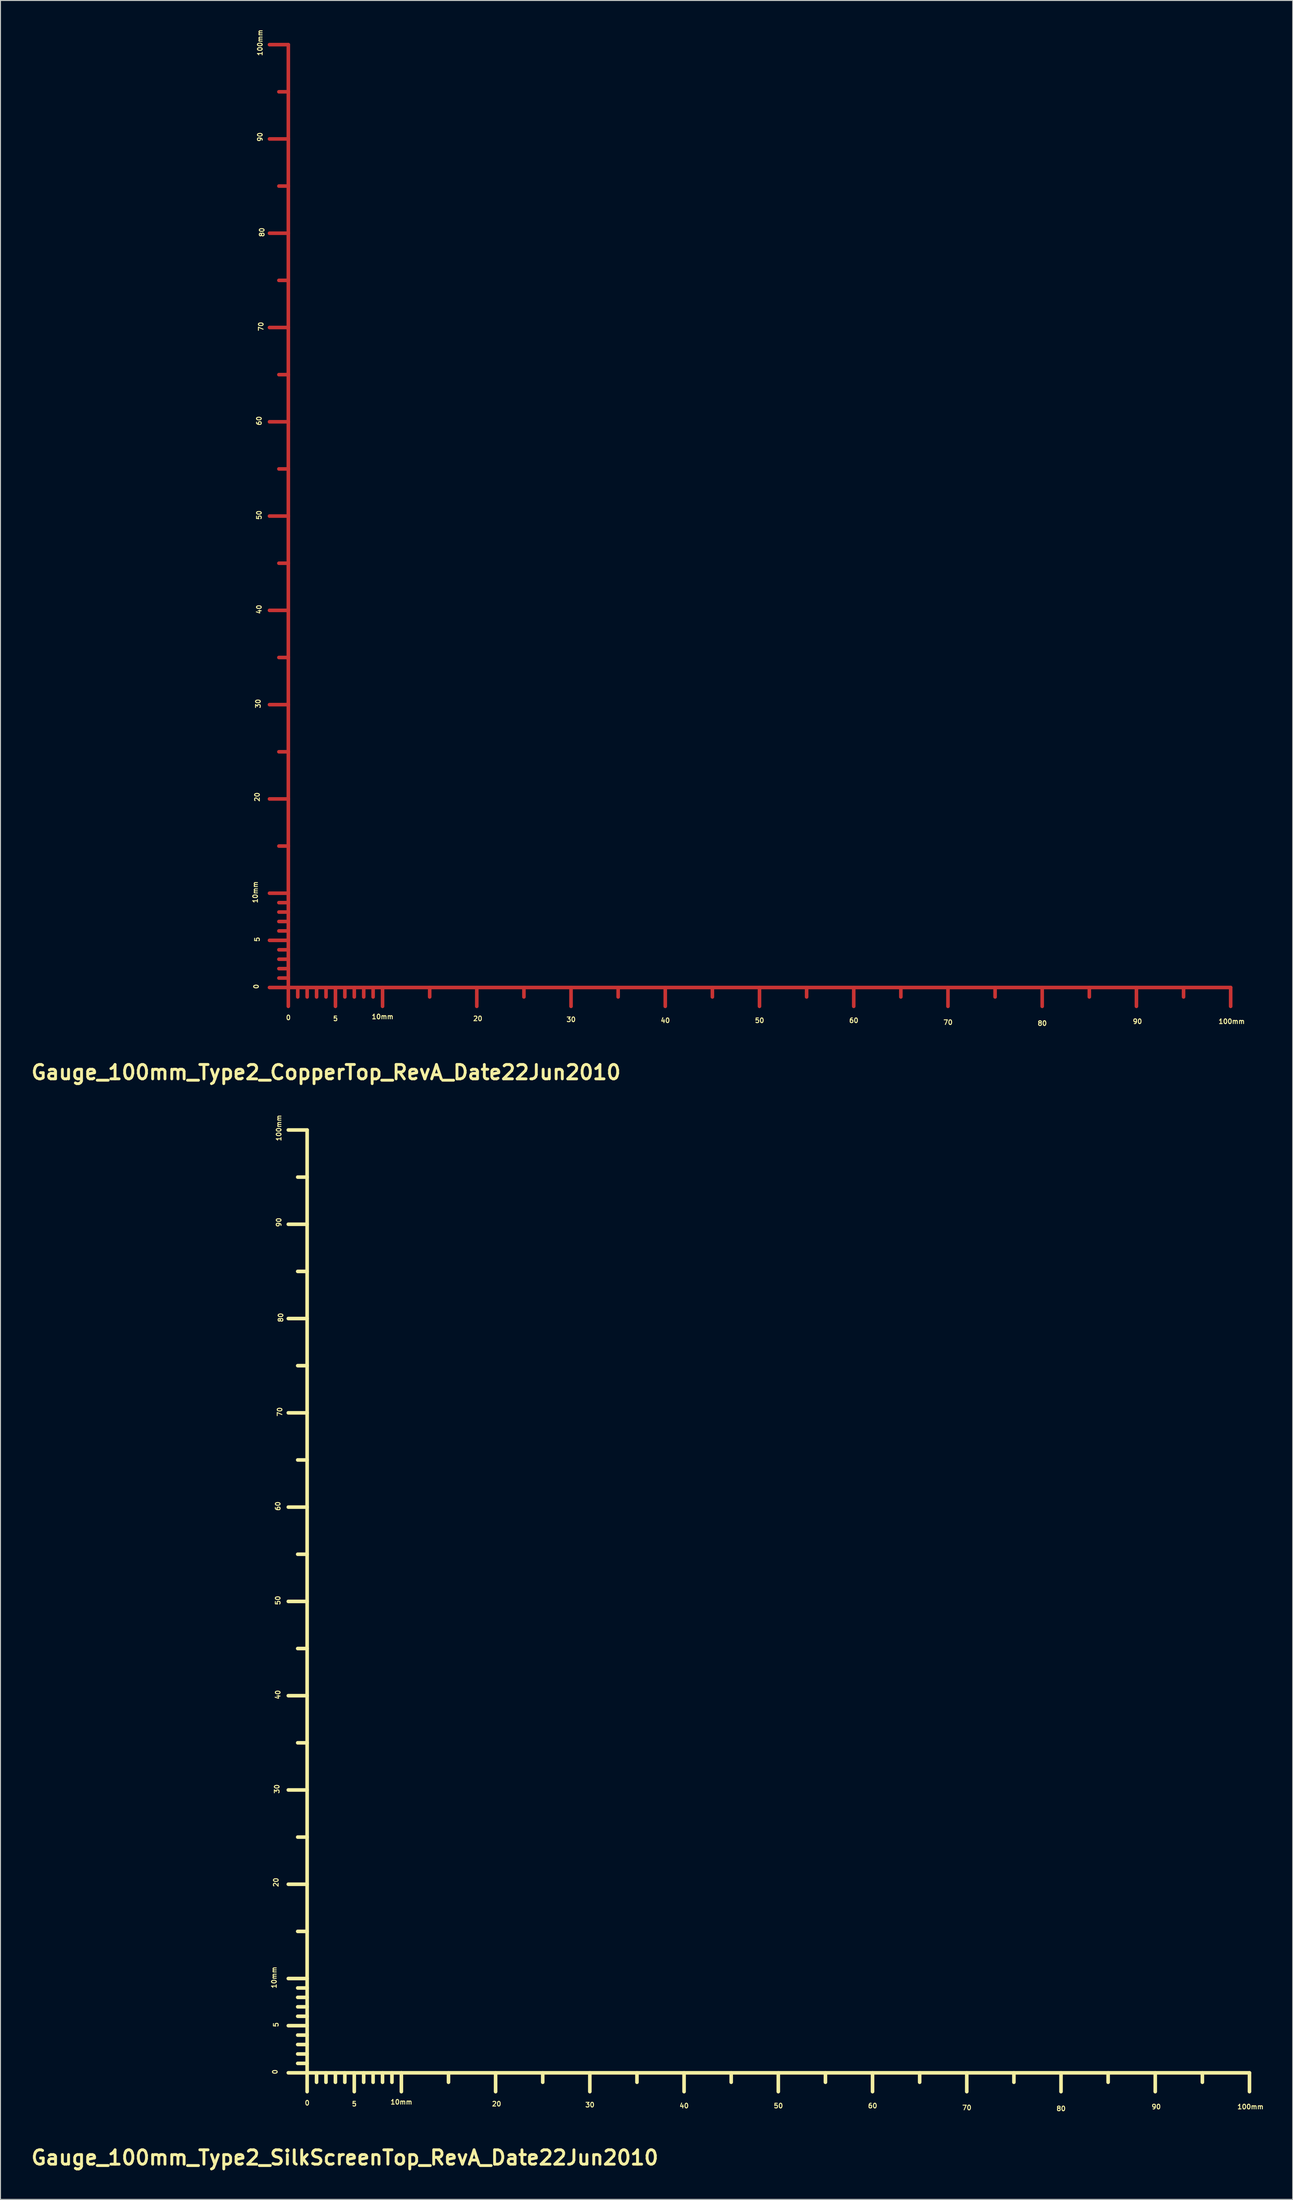
<source format=kicad_pcb>
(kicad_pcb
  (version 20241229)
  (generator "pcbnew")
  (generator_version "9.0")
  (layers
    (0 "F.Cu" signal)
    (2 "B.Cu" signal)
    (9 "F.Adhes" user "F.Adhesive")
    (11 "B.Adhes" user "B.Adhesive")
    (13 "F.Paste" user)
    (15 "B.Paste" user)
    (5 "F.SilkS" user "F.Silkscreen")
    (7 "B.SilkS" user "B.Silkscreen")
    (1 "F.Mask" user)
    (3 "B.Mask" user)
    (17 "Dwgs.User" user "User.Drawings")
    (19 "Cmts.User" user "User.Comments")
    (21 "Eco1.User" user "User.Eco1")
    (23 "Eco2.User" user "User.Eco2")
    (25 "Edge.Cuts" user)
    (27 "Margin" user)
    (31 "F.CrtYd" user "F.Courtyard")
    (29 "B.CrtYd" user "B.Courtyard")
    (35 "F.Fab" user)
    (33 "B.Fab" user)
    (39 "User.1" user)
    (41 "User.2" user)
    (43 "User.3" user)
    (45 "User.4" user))
  (footprint "Gauge_100mm_Type2_CopperTop_RevA_Date22Jun2010"
    (layer "F.Cu")
    (at 27.546 101.686)
    (property "Reference" "Gauge_100mm_Type2_CopperTop_RevA_Date22Jun2010" (at 4 8.999 0) (layer "F.SilkS") (effects (font (size 1.524 1.524) (thickness 0.305))))
    (attr through_hole)
    (fp_line (start 0 -100) (end -1.999 -100) (stroke (width 0.381) (type solid)) (layer "F.Cu"))
    (fp_line (start 0 -95.001) (end -1.001 -95.001) (stroke (width 0.381) (type solid)) (layer "F.Cu"))
    (fp_line (start 0 -90) (end -1.999 -90) (stroke (width 0.381) (type solid)) (layer "F.Cu"))
    (fp_line (start 0 -85.001) (end -1.001 -85.001) (stroke (width 0.381) (type solid)) (layer "F.Cu"))
    (fp_line (start 0 -80) (end -1.999 -80) (stroke (width 0.381) (type solid)) (layer "F.Cu"))
    (fp_line (start 0 -75.001) (end -1.001 -75.001) (stroke (width 0.381) (type solid)) (layer "F.Cu"))
    (fp_line (start 0 -70) (end -1.999 -70) (stroke (width 0.381) (type solid)) (layer "F.Cu"))
    (fp_line (start 0 -65.001) (end -1.001 -65.001) (stroke (width 0.381) (type solid)) (layer "F.Cu"))
    (fp_line (start 0 -60) (end -1.999 -60) (stroke (width 0.381) (type solid)) (layer "F.Cu"))
    (fp_line (start 0 -55.001) (end -1.001 -55.001) (stroke (width 0.381) (type solid)) (layer "F.Cu"))
    (fp_line (start 0 -50) (end -1.999 -50) (stroke (width 0.381) (type solid)) (layer "F.Cu"))
    (fp_line (start 0 -45.001) (end -1.001 -45.001) (stroke (width 0.381) (type solid)) (layer "F.Cu"))
    (fp_line (start 0 -40) (end -1.999 -40) (stroke (width 0.381) (type solid)) (layer "F.Cu"))
    (fp_line (start 0 -35.001) (end -1.001 -35.001) (stroke (width 0.381) (type solid)) (layer "F.Cu"))
    (fp_line (start 0 -30) (end -1.999 -30) (stroke (width 0.381) (type solid)) (layer "F.Cu"))
    (fp_line (start 0 -25.001) (end -1.001 -25.001) (stroke (width 0.381) (type solid)) (layer "F.Cu"))
    (fp_line (start 0 -20) (end -1.999 -20) (stroke (width 0.381) (type solid)) (layer "F.Cu"))
    (fp_line (start 0 -15.001) (end -1.001 -15.001) (stroke (width 0.381) (type solid)) (layer "F.Cu"))
    (fp_line (start 0 -10) (end -1.999 -10) (stroke (width 0.381) (type solid)) (layer "F.Cu"))
    (fp_line (start 0 -8.999) (end -1.001 -8.999) (stroke (width 0.381) (type solid)) (layer "F.Cu"))
    (fp_line (start 0 -8.001) (end -1.001 -8.001) (stroke (width 0.381) (type solid)) (layer "F.Cu"))
    (fp_line (start 0 -7) (end -1.001 -7) (stroke (width 0.381) (type solid)) (layer "F.Cu"))
    (fp_line (start 0 -5.999) (end -1.001 -5.999) (stroke (width 0.381) (type solid)) (layer "F.Cu"))
    (fp_line (start 0 -5.001) (end -1.999 -5.001) (stroke (width 0.381) (type solid)) (layer "F.Cu"))
    (fp_line (start 0 -4) (end -1.001 -4) (stroke (width 0.381) (type solid)) (layer "F.Cu"))
    (fp_line (start 0 -3) (end -1.001 -3) (stroke (width 0.381) (type solid)) (layer "F.Cu"))
    (fp_line (start 0 -1.999) (end -1.001 -1.999) (stroke (width 0.381) (type solid)) (layer "F.Cu"))
    (fp_line (start 0 -1.001) (end -1.001 -1.001) (stroke (width 0.381) (type solid)) (layer "F.Cu"))
    (fp_line (start 0 0) (end -1.999 0) (stroke (width 0.381) (type solid)) (layer "F.Cu"))
    (fp_line (start 0 0) (end 0 -100) (stroke (width 0.381) (type solid)) (layer "F.Cu"))
    (fp_line (start 0 0) (end 0 1.999) (stroke (width 0.381) (type solid)) (layer "F.Cu"))
    (fp_line (start 0 0) (end 10 0) (stroke (width 0.381) (type solid)) (layer "F.Cu"))
    (fp_line (start 1.001 0) (end 1.001 1.001) (stroke (width 0.381) (type solid)) (layer "F.Cu"))
    (fp_line (start 1.999 0) (end 1.999 1.001) (stroke (width 0.381) (type solid)) (layer "F.Cu"))
    (fp_line (start 3 0) (end 3 1.001) (stroke (width 0.381) (type solid)) (layer "F.Cu"))
    (fp_line (start 4 0) (end 4 1.001) (stroke (width 0.381) (type solid)) (layer "F.Cu"))
    (fp_line (start 5.001 0) (end 5.001 1.999) (stroke (width 0.381) (type solid)) (layer "F.Cu"))
    (fp_line (start 5.999 0) (end 5.999 1.001) (stroke (width 0.381) (type solid)) (layer "F.Cu"))
    (fp_line (start 7 0) (end 7 1.001) (stroke (width 0.381) (type solid)) (layer "F.Cu"))
    (fp_line (start 8.001 0) (end 8.001 1.001) (stroke (width 0.381) (type solid)) (layer "F.Cu"))
    (fp_line (start 8.999 0) (end 8.999 1.001) (stroke (width 0.381) (type solid)) (layer "F.Cu"))
    (fp_line (start 10 0) (end 10 1.999) (stroke (width 0.381) (type solid)) (layer "F.Cu"))
    (fp_line (start 10 0) (end 100 0) (stroke (width 0.381) (type solid)) (layer "F.Cu"))
    (fp_line (start 15.001 0) (end 15.001 1.001) (stroke (width 0.381) (type solid)) (layer "F.Cu"))
    (fp_line (start 20 0) (end 20 1.999) (stroke (width 0.381) (type solid)) (layer "F.Cu"))
    (fp_line (start 25.001 0) (end 25.001 1.001) (stroke (width 0.381) (type solid)) (layer "F.Cu"))
    (fp_line (start 30 0) (end 30 1.999) (stroke (width 0.381) (type solid)) (layer "F.Cu"))
    (fp_line (start 35.001 0) (end 35.001 1.001) (stroke (width 0.381) (type solid)) (layer "F.Cu"))
    (fp_line (start 40 0) (end 40 1.999) (stroke (width 0.381) (type solid)) (layer "F.Cu"))
    (fp_line (start 45.001 0) (end 45.001 1.001) (stroke (width 0.381) (type solid)) (layer "F.Cu"))
    (fp_line (start 50 0) (end 50 1.999) (stroke (width 0.381) (type solid)) (layer "F.Cu"))
    (fp_line (start 55.001 0) (end 55.001 1.001) (stroke (width 0.381) (type solid)) (layer "F.Cu"))
    (fp_line (start 60 0) (end 60 1.999) (stroke (width 0.381) (type solid)) (layer "F.Cu"))
    (fp_line (start 65.001 0) (end 65.001 1.001) (stroke (width 0.381) (type solid)) (layer "F.Cu"))
    (fp_line (start 70 0) (end 70 1.999) (stroke (width 0.381) (type solid)) (layer "F.Cu"))
    (fp_line (start 75.001 0) (end 75.001 1.001) (stroke (width 0.381) (type solid)) (layer "F.Cu"))
    (fp_line (start 80 0) (end 80 1.999) (stroke (width 0.381) (type solid)) (layer "F.Cu"))
    (fp_line (start 85.001 0) (end 85.001 1.001) (stroke (width 0.381) (type solid)) (layer "F.Cu"))
    (fp_line (start 90 0) (end 90 1.999) (stroke (width 0.381) (type solid)) (layer "F.Cu"))
    (fp_line (start 95.001 0) (end 95.001 1.001) (stroke (width 0.381) (type solid)) (layer "F.Cu"))
    (fp_line (start 100 0) (end 100 1.999) (stroke (width 0.381) (type solid)) (layer "F.Cu"))
    (fp_text user "10mm" (at 10.005 3.099 0) (layer "F.SilkS") (effects (font (size 0.5 0.5) (thickness 0.099))))
    (fp_text user "0" (at 0.005 3.198 0) (layer "F.SilkS") (effects (font (size 0.5 0.5) (thickness 0.099))))
    (fp_text user "80" (at 80.005 3.8 0) (layer "F.SilkS") (effects (font (size 0.5 0.5) (thickness 0.099))))
    (fp_text user "40" (at 40.005 3.5 0) (layer "F.SilkS") (effects (font (size 0.5 0.5) (thickness 0.099))))
    (fp_text user "10mm" (at -3.503 -10.104 90) (layer "F.SilkS") (effects (font (size 0.5 0.5) (thickness 0.099))))
    (fp_text user "30" (at -3.203 -30.104 90) (layer "F.SilkS") (effects (font (size 0.5 0.5) (thickness 0.099))))
    (fp_text user "5" (at 5.004 3.299 0) (layer "F.SilkS") (effects (font (size 0.5 0.5) (thickness 0.099))))
    (fp_text user "80" (at -2.802 -80.104 90) (layer "F.SilkS") (effects (font (size 0.5 0.5) (thickness 0.099))))
    (fp_text user "70" (at -2.901 -70.104 90) (layer "F.SilkS") (effects (font (size 0.5 0.5) (thickness 0.099))))
    (fp_text user "100mm" (at -3 -100.206 90) (layer "F.SilkS") (effects (font (size 0.5 0.5) (thickness 0.099))))
    (fp_text user "60" (at 60.005 3.5 0) (layer "F.SilkS") (effects (font (size 0.5 0.5) (thickness 0.099))))
    (fp_text user "20" (at 20.104 3.299 0) (layer "F.SilkS") (effects (font (size 0.5 0.5) (thickness 0.099))))
    (fp_text user "100mm" (at 100.106 3.602 0) (layer "F.SilkS") (effects (font (size 0.5 0.5) (thickness 0.099))))
    (fp_text user "40" (at -3.101 -40.104 90) (layer "F.SilkS") (effects (font (size 0.5 0.5) (thickness 0.099))))
    (fp_text user "20" (at -3.302 -20.203 90) (layer "F.SilkS") (effects (font (size 0.5 0.5) (thickness 0.099))))
    (fp_text user "50" (at -3.101 -50.104 90) (layer "F.SilkS") (effects (font (size 0.5 0.5) (thickness 0.099))))
    (fp_text user "70" (at 70.005 3.701 0) (layer "F.SilkS") (effects (font (size 0.5 0.5) (thickness 0.099))))
    (fp_text user "0" (at -3.404 -0.104 90) (layer "F.SilkS") (effects (font (size 0.5 0.5) (thickness 0.099))))
    (fp_text user "90" (at -3 -90.206 90) (layer "F.SilkS") (effects (font (size 0.5 0.5) (thickness 0.099))))
    (fp_text user "60" (at -3.101 -60.104 90) (layer "F.SilkS") (effects (font (size 0.5 0.5) (thickness 0.099))))
    (fp_text user "5" (at -3.302 -5.103 90) (layer "F.SilkS") (effects (font (size 0.5 0.5) (thickness 0.099))))
    (fp_text user "30" (at 30.005 3.399 0) (layer "F.SilkS") (effects (font (size 0.5 0.5) (thickness 0.099))))
    (fp_text user "90" (at 90.106 3.602 0) (layer "F.SilkS") (effects (font (size 0.5 0.5) (thickness 0.099))))
    (fp_text user "50" (at 50.005 3.5 0) (layer "F.SilkS") (effects (font (size 0.5 0.5) (thickness 0.099)))))
  (footprint "Gauge_100mm_Type2_SilkScreenTop_RevA_Date22Jun2010"
    (layer "F.Cu")
    (at 29.542 216.798)
    (property "Reference" "Gauge_100mm_Type2_SilkScreenTop_RevA_Date22Jun2010" (at 4 8.999 0) (layer "F.SilkS") (effects (font (size 1.524 1.524) (thickness 0.305))))
    (attr through_hole)
    (fp_line (start 0 -100) (end -1.999 -100) (stroke (width 0.381) (type solid)) (layer "F.SilkS"))
    (fp_line (start 0 -95.001) (end -1.001 -95.001) (stroke (width 0.381) (type solid)) (layer "F.SilkS"))
    (fp_line (start 0 -90) (end -1.999 -90) (stroke (width 0.381) (type solid)) (layer "F.SilkS"))
    (fp_line (start 0 -85.001) (end -1.001 -85.001) (stroke (width 0.381) (type solid)) (layer "F.SilkS"))
    (fp_line (start 0 -80) (end -1.999 -80) (stroke (width 0.381) (type solid)) (layer "F.SilkS"))
    (fp_line (start 0 -75.001) (end -1.001 -75.001) (stroke (width 0.381) (type solid)) (layer "F.SilkS"))
    (fp_line (start 0 -70) (end -1.999 -70) (stroke (width 0.381) (type solid)) (layer "F.SilkS"))
    (fp_line (start 0 -65.001) (end -1.001 -65.001) (stroke (width 0.381) (type solid)) (layer "F.SilkS"))
    (fp_line (start 0 -60) (end -1.999 -60) (stroke (width 0.381) (type solid)) (layer "F.SilkS"))
    (fp_line (start 0 -55.001) (end -1.001 -55.001) (stroke (width 0.381) (type solid)) (layer "F.SilkS"))
    (fp_line (start 0 -50) (end -1.999 -50) (stroke (width 0.381) (type solid)) (layer "F.SilkS"))
    (fp_line (start 0 -45.001) (end -1.001 -45.001) (stroke (width 0.381) (type solid)) (layer "F.SilkS"))
    (fp_line (start 0 -40) (end -1.999 -40) (stroke (width 0.381) (type solid)) (layer "F.SilkS"))
    (fp_line (start 0 -35.001) (end -1.001 -35.001) (stroke (width 0.381) (type solid)) (layer "F.SilkS"))
    (fp_line (start 0 -30) (end -1.999 -30) (stroke (width 0.381) (type solid)) (layer "F.SilkS"))
    (fp_line (start 0 -25.001) (end -1.001 -25.001) (stroke (width 0.381) (type solid)) (layer "F.SilkS"))
    (fp_line (start 0 -20) (end -1.999 -20) (stroke (width 0.381) (type solid)) (layer "F.SilkS"))
    (fp_line (start 0 -15.001) (end -1.001 -15.001) (stroke (width 0.381) (type solid)) (layer "F.SilkS"))
    (fp_line (start 0 -10) (end -1.999 -10) (stroke (width 0.381) (type solid)) (layer "F.SilkS"))
    (fp_line (start 0 -8.999) (end -1.001 -8.999) (stroke (width 0.381) (type solid)) (layer "F.SilkS"))
    (fp_line (start 0 -8.001) (end -1.001 -8.001) (stroke (width 0.381) (type solid)) (layer "F.SilkS"))
    (fp_line (start 0 -7) (end -1.001 -7) (stroke (width 0.381) (type solid)) (layer "F.SilkS"))
    (fp_line (start 0 -5.999) (end -1.001 -5.999) (stroke (width 0.381) (type solid)) (layer "F.SilkS"))
    (fp_line (start 0 -5.001) (end -1.999 -5.001) (stroke (width 0.381) (type solid)) (layer "F.SilkS"))
    (fp_line (start 0 -4) (end -1.001 -4) (stroke (width 0.381) (type solid)) (layer "F.SilkS"))
    (fp_line (start 0 -3) (end -1.001 -3) (stroke (width 0.381) (type solid)) (layer "F.SilkS"))
    (fp_line (start 0 -1.999) (end -1.001 -1.999) (stroke (width 0.381) (type solid)) (layer "F.SilkS"))
    (fp_line (start 0 -1.001) (end -1.001 -1.001) (stroke (width 0.381) (type solid)) (layer "F.SilkS"))
    (fp_line (start 0 0) (end -1.999 0) (stroke (width 0.381) (type solid)) (layer "F.SilkS"))
    (fp_line (start 0 0) (end 0 -100) (stroke (width 0.381) (type solid)) (layer "F.SilkS"))
    (fp_line (start 0 0) (end 0 1.999) (stroke (width 0.381) (type solid)) (layer "F.SilkS"))
    (fp_line (start 0 0) (end 10 0) (stroke (width 0.381) (type solid)) (layer "F.SilkS"))
    (fp_line (start 1.001 0) (end 1.001 1.001) (stroke (width 0.381) (type solid)) (layer "F.SilkS"))
    (fp_line (start 1.999 0) (end 1.999 1.001) (stroke (width 0.381) (type solid)) (layer "F.SilkS"))
    (fp_line (start 3 0) (end 3 1.001) (stroke (width 0.381) (type solid)) (layer "F.SilkS"))
    (fp_line (start 4 0) (end 4 1.001) (stroke (width 0.381) (type solid)) (layer "F.SilkS"))
    (fp_line (start 5.001 0) (end 5.001 1.999) (stroke (width 0.381) (type solid)) (layer "F.SilkS"))
    (fp_line (start 5.999 0) (end 5.999 1.001) (stroke (width 0.381) (type solid)) (layer "F.SilkS"))
    (fp_line (start 7 0) (end 7 1.001) (stroke (width 0.381) (type solid)) (layer "F.SilkS"))
    (fp_line (start 8.001 0) (end 8.001 1.001) (stroke (width 0.381) (type solid)) (layer "F.SilkS"))
    (fp_line (start 8.999 0) (end 8.999 1.001) (stroke (width 0.381) (type solid)) (layer "F.SilkS"))
    (fp_line (start 10 0) (end 10 1.999) (stroke (width 0.381) (type solid)) (layer "F.SilkS"))
    (fp_line (start 10 0) (end 100 0) (stroke (width 0.381) (type solid)) (layer "F.SilkS"))
    (fp_line (start 15.001 0) (end 15.001 1.001) (stroke (width 0.381) (type solid)) (layer "F.SilkS"))
    (fp_line (start 20 0) (end 20 1.999) (stroke (width 0.381) (type solid)) (layer "F.SilkS"))
    (fp_line (start 25.001 0) (end 25.001 1.001) (stroke (width 0.381) (type solid)) (layer "F.SilkS"))
    (fp_line (start 30 0) (end 30 1.999) (stroke (width 0.381) (type solid)) (layer "F.SilkS"))
    (fp_line (start 35.001 0) (end 35.001 1.001) (stroke (width 0.381) (type solid)) (layer "F.SilkS"))
    (fp_line (start 40 0) (end 40 1.999) (stroke (width 0.381) (type solid)) (layer "F.SilkS"))
    (fp_line (start 45.001 0) (end 45.001 1.001) (stroke (width 0.381) (type solid)) (layer "F.SilkS"))
    (fp_line (start 50 0) (end 50 1.999) (stroke (width 0.381) (type solid)) (layer "F.SilkS"))
    (fp_line (start 55.001 0) (end 55.001 1.001) (stroke (width 0.381) (type solid)) (layer "F.SilkS"))
    (fp_line (start 60 0) (end 60 1.999) (stroke (width 0.381) (type solid)) (layer "F.SilkS"))
    (fp_line (start 65.001 0) (end 65.001 1.001) (stroke (width 0.381) (type solid)) (layer "F.SilkS"))
    (fp_line (start 70 0) (end 70 1.999) (stroke (width 0.381) (type solid)) (layer "F.SilkS"))
    (fp_line (start 75.001 0) (end 75.001 1.001) (stroke (width 0.381) (type solid)) (layer "F.SilkS"))
    (fp_line (start 80 0) (end 80 1.999) (stroke (width 0.381) (type solid)) (layer "F.SilkS"))
    (fp_line (start 85.001 0) (end 85.001 1.001) (stroke (width 0.381) (type solid)) (layer "F.SilkS"))
    (fp_line (start 90 0) (end 90 1.999) (stroke (width 0.381) (type solid)) (layer "F.SilkS"))
    (fp_line (start 95.001 0) (end 95.001 1.001) (stroke (width 0.381) (type solid)) (layer "F.SilkS"))
    (fp_line (start 100 0) (end 100 1.999) (stroke (width 0.381) (type solid)) (layer "F.SilkS"))
    (fp_text user "0" (at 0.005 3.198 0) (layer "F.SilkS") (effects (font (size 0.5 0.5) (thickness 0.099))))
    (fp_text user "20" (at -3.302 -20.203 90) (layer "F.SilkS") (effects (font (size 0.5 0.5) (thickness 0.099))))
    (fp_text user "70" (at 70.005 3.701 0) (layer "F.SilkS") (effects (font (size 0.5 0.5) (thickness 0.099))))
    (fp_text user "60" (at 60.005 3.5 0) (layer "F.SilkS") (effects (font (size 0.5 0.5) (thickness 0.099))))
    (fp_text user "5" (at 5.004 3.299 0) (layer "F.SilkS") (effects (font (size 0.5 0.5) (thickness 0.099))))
    (fp_text user "0" (at -3.404 -0.104 90) (layer "F.SilkS") (effects (font (size 0.5 0.5) (thickness 0.099))))
    (fp_text user "50" (at -3.101 -50.104 90) (layer "F.SilkS") (effects (font (size 0.5 0.5) (thickness 0.099))))
    (fp_text user "5" (at -3.302 -5.103 90) (layer "F.SilkS") (effects (font (size 0.5 0.5) (thickness 0.099))))
    (fp_text user "90" (at -3 -90.206 90) (layer "F.SilkS") (effects (font (size 0.5 0.5) (thickness 0.099))))
    (fp_text user "40" (at -3.101 -40.104 90) (layer "F.SilkS") (effects (font (size 0.5 0.5) (thickness 0.099))))
    (fp_text user "80" (at -2.802 -80.104 90) (layer "F.SilkS") (effects (font (size 0.5 0.5) (thickness 0.099))))
    (fp_text user "10mm" (at -3.503 -10.104 90) (layer "F.SilkS") (effects (font (size 0.5 0.5) (thickness 0.099))))
    (fp_text user "30" (at -3.203 -30.104 90) (layer "F.SilkS") (effects (font (size 0.5 0.5) (thickness 0.099))))
    (fp_text user "100mm" (at -3 -100.206 90) (layer "F.SilkS") (effects (font (size 0.5 0.5) (thickness 0.099))))
    (fp_text user "90" (at 90.106 3.602 0) (layer "F.SilkS") (effects (font (size 0.5 0.5) (thickness 0.099))))
    (fp_text user "80" (at 80.005 3.8 0) (layer "F.SilkS") (effects (font (size 0.5 0.5) (thickness 0.099))))
    (fp_text user "50" (at 50.005 3.5 0) (layer "F.SilkS") (effects (font (size 0.5 0.5) (thickness 0.099))))
    (fp_text user "70" (at -2.901 -70.104 90) (layer "F.SilkS") (effects (font (size 0.5 0.5) (thickness 0.099))))
    (fp_text user "100mm" (at 100.106 3.602 0) (layer "F.SilkS") (effects (font (size 0.5 0.5) (thickness 0.099))))
    (fp_text user "30" (at 30.005 3.399 0) (layer "F.SilkS") (effects (font (size 0.5 0.5) (thickness 0.099))))
    (fp_text user "60" (at -3.101 -60.104 90) (layer "F.SilkS") (effects (font (size 0.5 0.5) (thickness 0.099))))
    (fp_text user "40" (at 40.005 3.5 0) (layer "F.SilkS") (effects (font (size 0.5 0.5) (thickness 0.099))))
    (fp_text user "20" (at 20.104 3.299 0) (layer "F.SilkS") (effects (font (size 0.5 0.5) (thickness 0.099))))
    (fp_text user "10mm" (at 10.005 3.099 0) (layer "F.SilkS") (effects (font (size 0.5 0.5) (thickness 0.099)))))
  (gr_rect
    (start -3 -3)
    (end 134.129 230.224)
    (stroke (width 0.1) (type default))
    (fill no)
    (layer "Edge.Cuts")))
</source>
